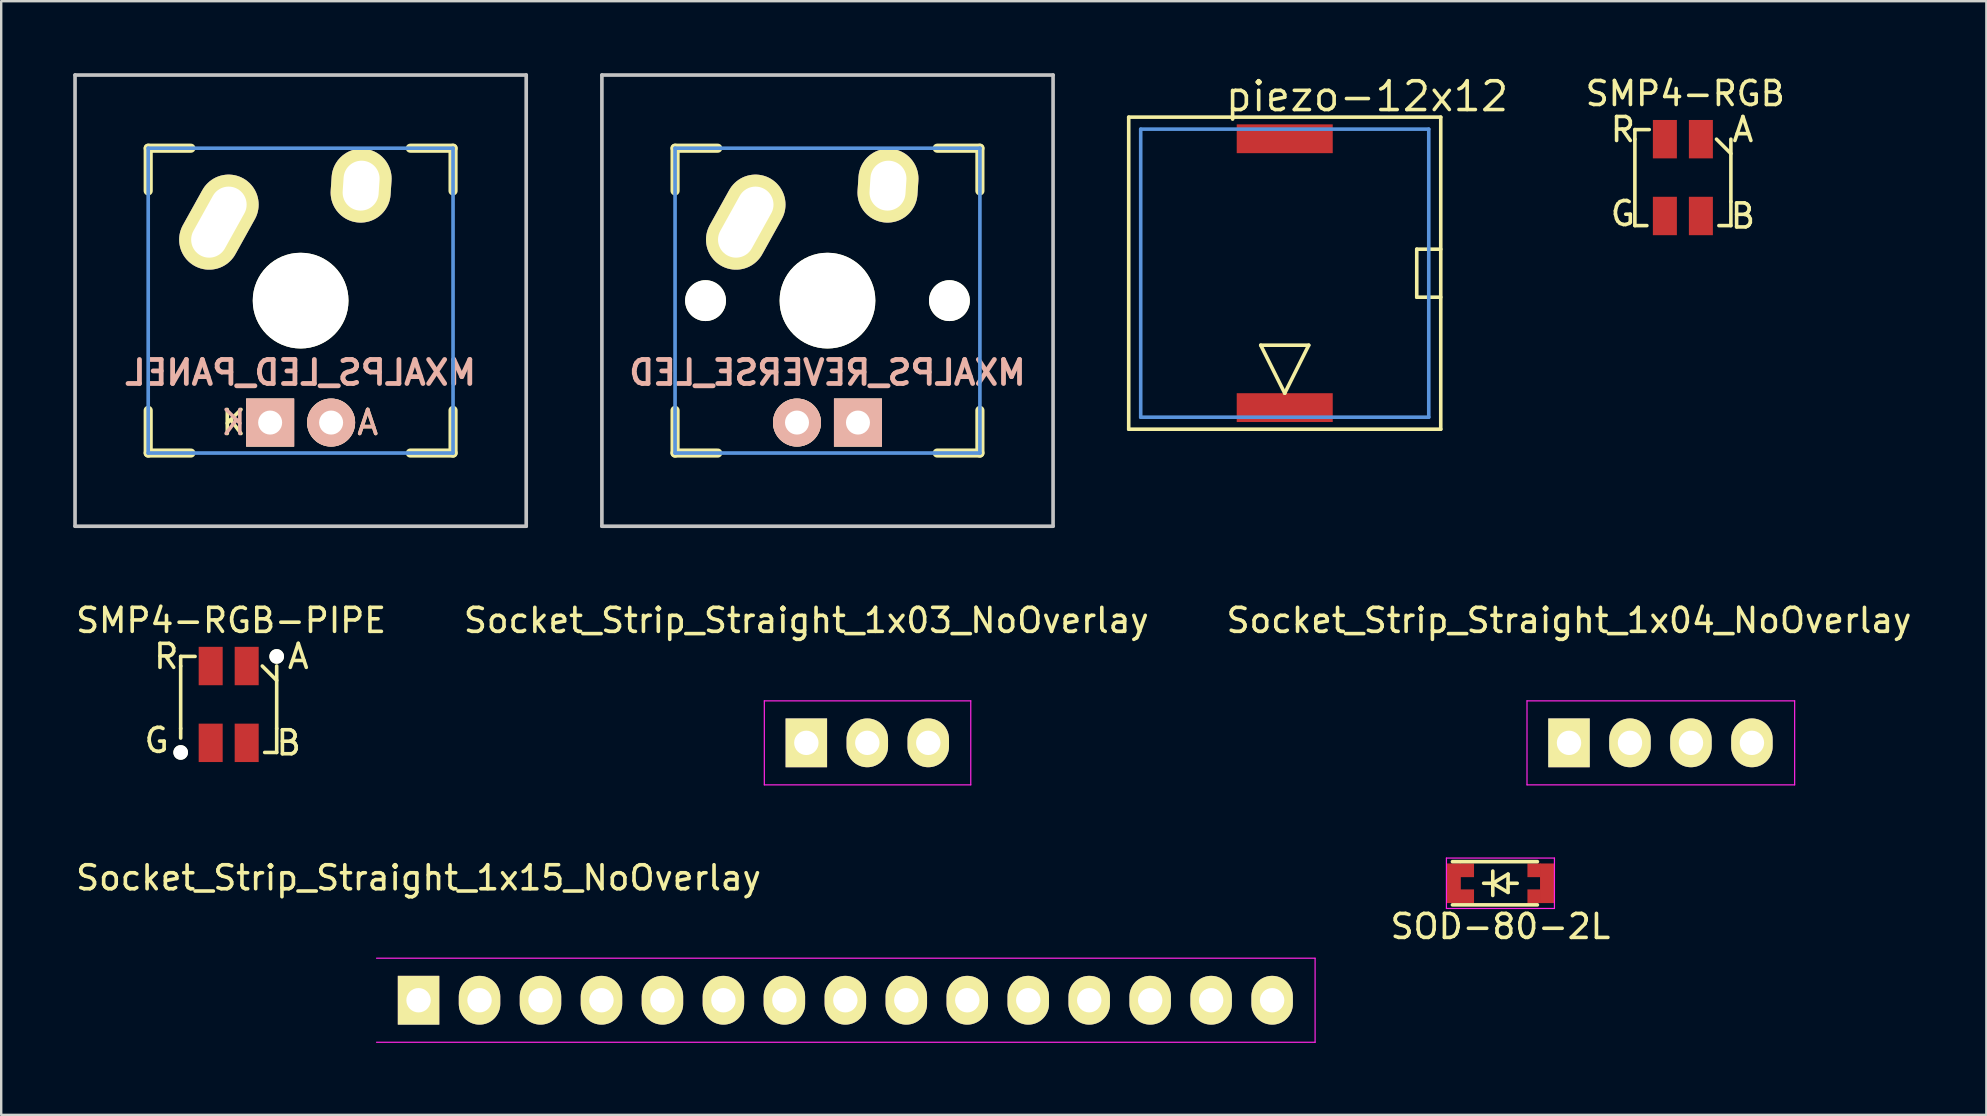
<source format=kicad_pcb>
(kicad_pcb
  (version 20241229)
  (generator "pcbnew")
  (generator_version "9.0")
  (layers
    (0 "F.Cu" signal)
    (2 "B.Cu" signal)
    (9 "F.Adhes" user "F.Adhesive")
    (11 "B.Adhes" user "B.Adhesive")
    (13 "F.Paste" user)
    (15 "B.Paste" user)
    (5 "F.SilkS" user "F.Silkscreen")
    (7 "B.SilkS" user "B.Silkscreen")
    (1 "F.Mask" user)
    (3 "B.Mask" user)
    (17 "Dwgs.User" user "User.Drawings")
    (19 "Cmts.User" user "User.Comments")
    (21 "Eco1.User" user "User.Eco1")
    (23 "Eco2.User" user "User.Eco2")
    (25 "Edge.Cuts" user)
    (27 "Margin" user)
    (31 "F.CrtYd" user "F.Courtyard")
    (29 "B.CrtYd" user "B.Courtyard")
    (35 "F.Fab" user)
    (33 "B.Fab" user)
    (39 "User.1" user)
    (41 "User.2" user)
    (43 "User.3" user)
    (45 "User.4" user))
  (footprint "SOD-80-2L"
    (layer "F.Cu")
    (at 59.458 33.747)
    (property "Reference" "SOD-80-2L" (at 0 1.8 0) (layer "F.SilkS") (effects (font (size 1 1) (thickness 0.15))))
    (attr smd)
    (fp_line (start -2 -0.9) (end 1.54 -0.9) (stroke (width 0.15) (type solid)) (layer "F.SilkS"))
    (fp_line (start -2 0.9) (end 1.54 0.9) (stroke (width 0.15) (type solid)) (layer "F.SilkS"))
    (fp_line (start -0.699 0) (end -0.318 0) (stroke (width 0.15) (type solid)) (layer "F.SilkS"))
    (fp_line (start -0.318 -0.508) (end -0.318 0.508) (stroke (width 0.15) (type solid)) (layer "F.SilkS"))
    (fp_line (start -0.318 0) (end 0.318 -0.381) (stroke (width 0.15) (type solid)) (layer "F.SilkS"))
    (fp_line (start 0.318 -0.381) (end 0.318 0.381) (stroke (width 0.15) (type solid)) (layer "F.SilkS"))
    (fp_line (start 0.318 0) (end 0.699 0) (stroke (width 0.15) (type solid)) (layer "F.SilkS"))
    (fp_line (start 0.318 0.381) (end -0.318 0) (stroke (width 0.15) (type solid)) (layer "F.SilkS"))
    (fp_line (start -2.25 -1.05) (end -2.25 1.05) (stroke (width 0.05) (type solid)) (layer "F.CrtYd"))
    (fp_line (start -2.25 -1.05) (end 2.25 -1.05) (stroke (width 0.05) (type solid)) (layer "F.CrtYd"))
    (fp_line (start 2.25 -1.05) (end 2.25 1.05) (stroke (width 0.05) (type solid)) (layer "F.CrtYd"))
    (fp_line (start 2.25 1.05) (end -2.25 1.05) (stroke (width 0.05) (type solid)) (layer "F.CrtYd"))
    (pad "1" smd rect (at -1.95 0 180) (size 0.6 1.65) (layers "F.Cu" "F.Mask" "F.Paste"))
    (pad "1" smd rect (at -1.4 -0.54 180) (size 0.6 0.57) (layers "F.Cu" "F.Mask" "F.Paste"))
    (pad "1" smd rect (at -1.4 0.54 180) (size 0.6 0.57) (layers "F.Cu" "F.Mask" "F.Paste"))
    (pad "2" smd rect (at 1.4 -0.54 180) (size 0.55 0.57) (layers "F.Cu" "F.Mask" "F.Paste"))
    (pad "2" smd rect (at 1.4 0.54 180) (size 0.55 0.57) (layers "F.Cu" "F.Mask" "F.Paste"))
    (pad "2" smd rect (at 1.95 0 180) (size 0.6 1.65) (layers "F.Cu" "F.Mask" "F.Paste")))
  (footprint "MXALPS_LED_PANEL"
    (layer "F.Cu")
    (at 9.474 9.474)
    (property "Reference" "MXALPS_LED_PANEL" (at 0 3 0) (layer "B.SilkS") (effects (font (size 1 1) (thickness 0.2)) (justify mirror)))
    (attr through_hole)
    (fp_line (start -6.35 -6.35) (end -4.572 -6.35) (stroke (width 0.381) (type solid)) (layer "F.SilkS"))
    (fp_line (start -6.35 -4.572) (end -6.35 -6.35) (stroke (width 0.381) (type solid)) (layer "F.SilkS"))
    (fp_line (start -6.35 6.35) (end -6.35 4.572) (stroke (width 0.381) (type solid)) (layer "F.SilkS"))
    (fp_line (start -4.572 6.35) (end -6.35 6.35) (stroke (width 0.381) (type solid)) (layer "F.SilkS"))
    (fp_line (start 4.572 -6.35) (end 6.35 -6.35) (stroke (width 0.381) (type solid)) (layer "F.SilkS"))
    (fp_line (start 6.35 -6.35) (end 6.35 -4.572) (stroke (width 0.381) (type solid)) (layer "F.SilkS"))
    (fp_line (start 6.35 4.572) (end 6.35 6.35) (stroke (width 0.381) (type solid)) (layer "F.SilkS"))
    (fp_line (start 6.35 6.35) (end 4.572 6.35) (stroke (width 0.381) (type solid)) (layer "F.SilkS"))
    (fp_line (start -9.398 -9.398) (end 9.398 -9.398) (stroke (width 0.152) (type solid)) (layer "Dwgs.User"))
    (fp_line (start -9.398 9.398) (end -9.398 -9.398) (stroke (width 0.152) (type solid)) (layer "Dwgs.User"))
    (fp_line (start 9.398 -9.398) (end 9.398 9.398) (stroke (width 0.152) (type solid)) (layer "Dwgs.User"))
    (fp_line (start 9.398 9.398) (end -9.398 9.398) (stroke (width 0.152) (type solid)) (layer "Dwgs.User"))
    (fp_line (start -6.35 -6.35) (end 6.35 -6.35) (stroke (width 0.152) (type solid)) (layer "Cmts.User"))
    (fp_line (start -6.35 6.35) (end -6.35 -6.35) (stroke (width 0.152) (type solid)) (layer "Cmts.User"))
    (fp_line (start 6.35 -6.35) (end 6.35 6.35) (stroke (width 0.152) (type solid)) (layer "Cmts.User"))
    (fp_line (start 6.35 6.35) (end -6.35 6.35) (stroke (width 0.152) (type solid)) (layer "Cmts.User"))
    (fp_line (start -7.75 -6.4) (end -6.985 -6.4) (stroke (width 0.152) (type solid)) (layer "Eco2.User"))
    (fp_line (start -7.75 6.4) (end -7.75 -6.4) (stroke (width 0.152) (type solid)) (layer "Eco2.User"))
    (fp_line (start -7.75 6.4) (end -6.985 6.4) (stroke (width 0.152) (type solid)) (layer "Eco2.User"))
    (fp_line (start -6.985 -6.985) (end 6.985 -6.985) (stroke (width 0.152) (type solid)) (layer "Eco2.User"))
    (fp_line (start -6.985 -6.4) (end -6.985 -6.985) (stroke (width 0.152) (type solid)) (layer "Eco2.User"))
    (fp_line (start -6.985 6.4) (end -6.985 6.985) (stroke (width 0.152) (type solid)) (layer "Eco2.User"))
    (fp_line (start 6.985 -6.4) (end 6.985 -6.985) (stroke (width 0.152) (type solid)) (layer "Eco2.User"))
    (fp_line (start 6.985 6.4) (end 7.75 6.4) (stroke (width 0.152) (type solid)) (layer "Eco2.User"))
    (fp_line (start 6.985 6.985) (end -6.985 6.985) (stroke (width 0.152) (type solid)) (layer "Eco2.User"))
    (fp_line (start 6.985 6.985) (end 6.985 6.4) (stroke (width 0.152) (type solid)) (layer "Eco2.User"))
    (fp_line (start 7.75 -6.4) (end 6.985 -6.4) (stroke (width 0.152) (type solid)) (layer "Eco2.User"))
    (fp_line (start 7.75 6.4) (end 7.75 -6.4) (stroke (width 0.152) (type solid)) (layer "Eco2.User"))
    (fp_text user "A" (at 2.794 5.08 0) (layer "F.SilkS") (effects (font (size 1 1) (thickness 0.15))))
    (fp_text user "K" (at -2.794 5.08 0) (layer "F.SilkS") (effects (font (size 1 1) (thickness 0.15))))
    (fp_text user "K" (at -2.794 5.08 0) (layer "B.SilkS") (effects (font (size 1 1) (thickness 0.15)) (justify mirror)))
    (fp_text user "A" (at 2.794 5.08 0) (layer "B.SilkS") (effects (font (size 1 1) (thickness 0.15)) (justify mirror)))
    (pad "" np_thru_hole circle (at 0 0) (size 3.988 3.988) (drill 3.988) (layers "*.Cu" "*.Mask" "F.SilkS"))
    (pad "A" thru_hole circle (at 1.27 5.08) (size 2 2) (drill 1) (layers "*.Cu" "*.SilkS" "*.Mask"))
    (pad "K" thru_hole rect (at -1.27 5.08) (size 2 2) (drill 1) (layers "*.Cu" "*.SilkS" "*.Mask"))
    (pad "SW1" thru_hole oval (at -3.405 -3.27 330.95) (size 2.5 4.17) (drill oval 1.5 3.17) (layers "*.Cu" "*.Mask" "F.SilkS"))
    (pad "SW2" thru_hole oval (at 2.52 -4.79 356.1) (size 2.5 3.08) (drill oval 1.5 2.08) (layers "*.Cu" "*.Mask" "F.SilkS")))
  (footprint "Socket_Strip_Straight_1x04_NoOverlay"
    (layer "F.Cu")
    (at 62.315 27.897)
    (property "Reference" "Socket_Strip_Straight_1x04_NoOverlay" (at 0 -5.1 0) (layer "F.SilkS") (effects (font (size 1 1) (thickness 0.15))))
    (attr through_hole)
    (fp_line (start -1.75 -1.75) (end -1.75 1.75) (stroke (width 0.05) (type solid)) (layer "F.CrtYd"))
    (fp_line (start -1.75 -1.75) (end 9.4 -1.75) (stroke (width 0.05) (type solid)) (layer "F.CrtYd"))
    (fp_line (start -1.75 1.75) (end 9.4 1.75) (stroke (width 0.05) (type solid)) (layer "F.CrtYd"))
    (fp_line (start 9.4 -1.75) (end 9.4 1.75) (stroke (width 0.05) (type solid)) (layer "F.CrtYd"))
    (pad "1" thru_hole rect (at 0 0) (size 1.727 2.032) (drill 1.016) (layers "*.Cu" "*.Mask" "F.SilkS"))
    (pad "2" thru_hole oval (at 2.54 0) (size 1.727 2.032) (drill 1.016) (layers "*.Cu" "*.Mask" "F.SilkS"))
    (pad "3" thru_hole oval (at 5.08 0) (size 1.727 2.032) (drill 1.016) (layers "*.Cu" "*.Mask" "F.SilkS"))
    (pad "4" thru_hole oval (at 7.62 0) (size 1.727 2.032) (drill 1.016) (layers "*.Cu" "*.Mask" "F.SilkS")))
  (footprint "SMP4-RGB"
    (layer "F.Cu")
    (at 67.059 4.348)
    (property "Reference" "SMP4-RGB" (at 0.1 -3.5 0) (layer "F.SilkS") (effects (font (size 1 1) (thickness 0.15))))
    (attr smd)
    (fp_line (start -2 -2) (end -2 -1.6) (stroke (width 0.15) (type solid)) (layer "F.SilkS"))
    (fp_line (start -2 -2) (end -1.4 -2) (stroke (width 0.15) (type solid)) (layer "F.SilkS"))
    (fp_line (start -2 -1.6) (end -2 2) (stroke (width 0.15) (type solid)) (layer "F.SilkS"))
    (fp_line (start -2 2) (end -1.5 2) (stroke (width 0.15) (type solid)) (layer "F.SilkS"))
    (fp_line (start 1.4 -1.6) (end 2 -1) (stroke (width 0.15) (type solid)) (layer "F.SilkS"))
    (fp_line (start 2 1) (end 2 -1.6) (stroke (width 0.15) (type solid)) (layer "F.SilkS"))
    (fp_line (start 2 1) (end 2 2) (stroke (width 0.15) (type solid)) (layer "F.SilkS"))
    (fp_line (start 2 2) (end 1.5 2) (stroke (width 0.15) (type solid)) (layer "F.SilkS"))
    (fp_text user "G" (at -2.5 1.5 0) (layer "F.SilkS") (effects (font (size 1 1) (thickness 0.15))))
    (fp_text user "B" (at 2.5 1.6 0) (layer "F.SilkS") (effects (font (size 1 1) (thickness 0.15))))
    (fp_text user "R" (at -2.5 -2 0) (layer "F.SilkS") (effects (font (size 1 1) (thickness 0.15))))
    (fp_text user "A" (at 2.5 -2 0) (layer "F.SilkS") (effects (font (size 1 1) (thickness 0.15))))
    (pad "1" smd rect (at 0.75 -1.6 90) (size 1.6 1) (layers "F.Cu" "F.Mask" "F.Paste"))
    (pad "2" smd rect (at -0.75 -1.6 90) (size 1.6 1) (layers "F.Cu" "F.Mask" "F.Paste"))
    (pad "3" smd rect (at -0.75 1.6 90) (size 1.6 1) (layers "F.Cu" "F.Mask" "F.Paste"))
    (pad "4" smd rect (at 0.75 1.6 90) (size 1.6 1) (layers "F.Cu" "F.Mask" "F.Paste")))
  (footprint "Socket_Strip_Straight_1x15_NoOverlay"
    (layer "F.Cu")
    (at 14.387 38.62)
    (property "Reference" "Socket_Strip_Straight_1x15_NoOverlay" (at 0 -5.1 0) (layer "F.SilkS") (effects (font (size 1 1) (thickness 0.15))))
    (attr through_hole)
    (fp_line (start -1.75 -1.75) (end 37.35 -1.75) (stroke (width 0.05) (type solid)) (layer "F.CrtYd"))
    (fp_line (start -1.75 1.75) (end 37.35 1.75) (stroke (width 0.05) (type solid)) (layer "F.CrtYd"))
    (fp_line (start 37.35 -1.75) (end 37.35 1.75) (stroke (width 0.05) (type solid)) (layer "F.CrtYd"))
    (pad "1" thru_hole rect (at 0 0) (size 1.727 2.032) (drill 1.016) (layers "*.Cu" "*.Mask" "F.SilkS"))
    (pad "2" thru_hole oval (at 2.54 0) (size 1.727 2.032) (drill 1.016) (layers "*.Cu" "*.Mask" "F.SilkS"))
    (pad "3" thru_hole oval (at 5.08 0) (size 1.727 2.032) (drill 1.016) (layers "*.Cu" "*.Mask" "F.SilkS"))
    (pad "4" thru_hole oval (at 7.62 0) (size 1.727 2.032) (drill 1.016) (layers "*.Cu" "*.Mask" "F.SilkS"))
    (pad "5" thru_hole oval (at 10.16 0) (size 1.727 2.032) (drill 1.016) (layers "*.Cu" "*.Mask" "F.SilkS"))
    (pad "6" thru_hole oval (at 12.7 0) (size 1.727 2.032) (drill 1.016) (layers "*.Cu" "*.Mask" "F.SilkS"))
    (pad "7" thru_hole oval (at 15.24 0) (size 1.727 2.032) (drill 1.016) (layers "*.Cu" "*.Mask" "F.SilkS"))
    (pad "8" thru_hole oval (at 17.78 0) (size 1.727 2.032) (drill 1.016) (layers "*.Cu" "*.Mask" "F.SilkS"))
    (pad "9" thru_hole oval (at 20.32 0) (size 1.727 2.032) (drill 1.016) (layers "*.Cu" "*.Mask" "F.SilkS"))
    (pad "10" thru_hole oval (at 22.86 0) (size 1.727 2.032) (drill 1.016) (layers "*.Cu" "*.Mask" "F.SilkS"))
    (pad "11" thru_hole oval (at 25.4 0) (size 1.727 2.032) (drill 1.016) (layers "*.Cu" "*.Mask" "F.SilkS"))
    (pad "12" thru_hole oval (at 27.94 0) (size 1.727 2.032) (drill 1.016) (layers "*.Cu" "*.Mask" "F.SilkS"))
    (pad "13" thru_hole oval (at 30.48 0) (size 1.727 2.032) (drill 1.016) (layers "*.Cu" "*.Mask" "F.SilkS"))
    (pad "14" thru_hole oval (at 33.02 0) (size 1.727 2.032) (drill 1.016) (layers "*.Cu" "*.Mask" "F.SilkS"))
    (pad "15" thru_hole oval (at 35.56 0) (size 1.727 2.032) (drill 1.016) (layers "*.Cu" "*.Mask" "F.SilkS")))
  (footprint "Socket_Strip_Straight_1x03_NoOverlay"
    (layer "F.Cu")
    (at 30.542 27.897)
    (property "Reference" "Socket_Strip_Straight_1x03_NoOverlay" (at 0 -5.1 0) (layer "F.SilkS") (effects (font (size 1 1) (thickness 0.15))))
    (attr through_hole)
    (fp_line (start -1.75 -1.75) (end -1.75 1.75) (stroke (width 0.05) (type solid)) (layer "F.CrtYd"))
    (fp_line (start -1.75 -1.75) (end 6.85 -1.75) (stroke (width 0.05) (type solid)) (layer "F.CrtYd"))
    (fp_line (start -1.75 1.75) (end 6.85 1.75) (stroke (width 0.05) (type solid)) (layer "F.CrtYd"))
    (fp_line (start 6.85 -1.75) (end 6.85 1.75) (stroke (width 0.05) (type solid)) (layer "F.CrtYd"))
    (pad "1" thru_hole rect (at 0 0) (size 1.727 2.032) (drill 1.016) (layers "*.Cu" "*.Mask" "F.SilkS"))
    (pad "2" thru_hole oval (at 2.54 0) (size 1.727 2.032) (drill 1.016) (layers "*.Cu" "*.Mask" "F.SilkS"))
    (pad "3" thru_hole oval (at 5.08 0) (size 1.727 2.032) (drill 1.016) (layers "*.Cu" "*.Mask" "F.SilkS")))
  (footprint "MXALPS_REVERSE_LED"
    (layer "F.Cu")
    (at 31.423 9.474)
    (property "Reference" "MXALPS_REVERSE_LED" (at 0 3 0) (layer "B.SilkS") (effects (font (size 1 1) (thickness 0.2)) (justify mirror)))
    (attr through_hole)
    (fp_line (start -6.35 -6.35) (end -4.572 -6.35) (stroke (width 0.381) (type solid)) (layer "F.SilkS"))
    (fp_line (start -6.35 -4.572) (end -6.35 -6.35) (stroke (width 0.381) (type solid)) (layer "F.SilkS"))
    (fp_line (start -6.35 6.35) (end -6.35 4.572) (stroke (width 0.381) (type solid)) (layer "F.SilkS"))
    (fp_line (start -4.572 6.35) (end -6.35 6.35) (stroke (width 0.381) (type solid)) (layer "F.SilkS"))
    (fp_line (start 4.572 -6.35) (end 6.35 -6.35) (stroke (width 0.381) (type solid)) (layer "F.SilkS"))
    (fp_line (start 6.35 -6.35) (end 6.35 -4.572) (stroke (width 0.381) (type solid)) (layer "F.SilkS"))
    (fp_line (start 6.35 4.572) (end 6.35 6.35) (stroke (width 0.381) (type solid)) (layer "F.SilkS"))
    (fp_line (start 6.35 6.35) (end 4.572 6.35) (stroke (width 0.381) (type solid)) (layer "F.SilkS"))
    (fp_line (start -9.398 -9.398) (end 9.398 -9.398) (stroke (width 0.152) (type solid)) (layer "Dwgs.User"))
    (fp_line (start -9.398 9.398) (end -9.398 -9.398) (stroke (width 0.152) (type solid)) (layer "Dwgs.User"))
    (fp_line (start 9.398 -9.398) (end 9.398 9.398) (stroke (width 0.152) (type solid)) (layer "Dwgs.User"))
    (fp_line (start 9.398 9.398) (end -9.398 9.398) (stroke (width 0.152) (type solid)) (layer "Dwgs.User"))
    (fp_line (start -6.35 -6.35) (end 6.35 -6.35) (stroke (width 0.152) (type solid)) (layer "Cmts.User"))
    (fp_line (start -6.35 6.35) (end -6.35 -6.35) (stroke (width 0.152) (type solid)) (layer "Cmts.User"))
    (fp_line (start 6.35 -6.35) (end 6.35 6.35) (stroke (width 0.152) (type solid)) (layer "Cmts.User"))
    (fp_line (start 6.35 6.35) (end -6.35 6.35) (stroke (width 0.152) (type solid)) (layer "Cmts.User"))
    (fp_line (start -7.75 -6.4) (end -6.985 -6.4) (stroke (width 0.152) (type solid)) (layer "Eco2.User"))
    (fp_line (start -7.75 6.4) (end -7.75 -6.4) (stroke (width 0.152) (type solid)) (layer "Eco2.User"))
    (fp_line (start -7.75 6.4) (end -6.985 6.4) (stroke (width 0.152) (type solid)) (layer "Eco2.User"))
    (fp_line (start -6.985 -6.985) (end 6.985 -6.985) (stroke (width 0.152) (type solid)) (layer "Eco2.User"))
    (fp_line (start -6.985 -6.4) (end -6.985 -6.985) (stroke (width 0.152) (type solid)) (layer "Eco2.User"))
    (fp_line (start -6.985 6.4) (end -6.985 6.985) (stroke (width 0.152) (type solid)) (layer "Eco2.User"))
    (fp_line (start 6.985 -6.4) (end 6.985 -6.985) (stroke (width 0.152) (type solid)) (layer "Eco2.User"))
    (fp_line (start 6.985 6.4) (end 7.75 6.4) (stroke (width 0.152) (type solid)) (layer "Eco2.User"))
    (fp_line (start 6.985 6.985) (end -6.985 6.985) (stroke (width 0.152) (type solid)) (layer "Eco2.User"))
    (fp_line (start 6.985 6.985) (end 6.985 6.4) (stroke (width 0.152) (type solid)) (layer "Eco2.User"))
    (fp_line (start 7.75 -6.4) (end 6.985 -6.4) (stroke (width 0.152) (type solid)) (layer "Eco2.User"))
    (fp_line (start 7.75 6.4) (end 7.75 -6.4) (stroke (width 0.152) (type solid)) (layer "Eco2.User"))
    (pad "" np_thru_hole circle (at -5.08 0) (size 1.702 1.702) (drill 1.702) (layers "*.Cu" "*.Mask" "F.SilkS"))
    (pad "" np_thru_hole circle (at 0 0) (size 3.988 3.988) (drill 3.988) (layers "*.Cu" "*.Mask" "F.SilkS"))
    (pad "" np_thru_hole circle (at 5.08 0) (size 1.702 1.702) (drill 1.702) (layers "*.Cu" "*.Mask" "F.SilkS"))
    (pad "A" thru_hole circle (at -1.27 5.08) (size 2 2) (drill 1) (layers "*.Cu" "*.SilkS" "*.Mask"))
    (pad "K" thru_hole rect (at 1.27 5.08) (size 2 2) (drill 1) (layers "*.Cu" "*.SilkS" "*.Mask"))
    (pad "SW1" thru_hole oval (at -3.405 -3.27 330.95) (size 2.5 4.17) (drill oval 1.5 3.17) (layers "*.Cu" "*.Mask" "F.SilkS"))
    (pad "SW2" thru_hole oval (at 2.52 -4.79 356.1) (size 2.5 3.08) (drill oval 1.5 2.08) (layers "*.Cu" "*.Mask" "F.SilkS")))
  (footprint "SMP4-RGB-PIPE"
    (layer "F.Cu")
    (at 6.477 26.297)
    (property "Reference" "SMP4-RGB-PIPE" (at 0.1 -3.5 0) (layer "F.SilkS") (effects (font (size 1 1) (thickness 0.15))))
    (attr smd)
    (fp_line (start -2 -2) (end -2 -1.6) (stroke (width 0.15) (type solid)) (layer "F.SilkS"))
    (fp_line (start -2 -2) (end -1.4 -2) (stroke (width 0.15) (type solid)) (layer "F.SilkS"))
    (fp_line (start -2 -1.6) (end -2 1) (stroke (width 0.15) (type solid)) (layer "F.SilkS"))
    (fp_line (start -2 1) (end -2 1.4) (stroke (width 0.15) (type solid)) (layer "F.SilkS"))
    (fp_line (start 1.4 -1.6) (end 2 -1) (stroke (width 0.15) (type solid)) (layer "F.SilkS"))
    (fp_line (start 2 1) (end 2 -1.6) (stroke (width 0.15) (type solid)) (layer "F.SilkS"))
    (fp_line (start 2 1) (end 2 2) (stroke (width 0.15) (type solid)) (layer "F.SilkS"))
    (fp_line (start 2 2) (end 1.5 2) (stroke (width 0.15) (type solid)) (layer "F.SilkS"))
    (fp_text user "R" (at -2.6 -2 0) (layer "F.SilkS") (effects (font (size 1 1) (thickness 0.15))))
    (fp_text user "B" (at 2.5 1.6 0) (layer "F.SilkS") (effects (font (size 1 1) (thickness 0.15))))
    (fp_text user "G" (at -3 1.5 0) (layer "F.SilkS") (effects (font (size 1 1) (thickness 0.15))))
    (fp_text user "A" (at 2.9 -2 0) (layer "F.SilkS") (effects (font (size 1 1) (thickness 0.15))))
    (pad "" np_thru_hole circle (at -2 2 90) (size 0.61 0.61) (drill 0.61) (layers "*.Cu" "*.Mask" "F.SilkS"))
    (pad "" np_thru_hole circle (at 2 -2 90) (size 0.61 0.61) (drill 0.61) (layers "*.Cu" "*.Mask" "F.SilkS"))
    (pad "1" smd rect (at 0.75 -1.6 90) (size 1.6 1) (layers "F.Cu" "F.Mask" "F.Paste"))
    (pad "2" smd rect (at -0.75 -1.6 90) (size 1.6 1) (layers "F.Cu" "F.Mask" "F.Paste"))
    (pad "3" smd rect (at -0.75 1.6 90) (size 1.6 1) (layers "F.Cu" "F.Mask" "F.Paste"))
    (pad "4" smd rect (at 0.75 1.6 90) (size 1.6 1) (layers "F.Cu" "F.Mask" "F.Paste")))
  (footprint "piezo-12x12"
    (layer "F.Cu")
    (at 50.472 8.331)
    (property "Reference" "piezo-12x12" (at 3.429 -7.366 0) (layer "F.SilkS") (effects (font (size 1.2 1.2) (thickness 0.15))))
    (attr through_hole)
    (fp_line (start -6.5 -6.5) (end -6.5 6.5) (stroke (width 0.15) (type solid)) (layer "F.SilkS"))
    (fp_line (start -6.5 6.5) (end 6.5 6.5) (stroke (width 0.15) (type solid)) (layer "F.SilkS"))
    (fp_line (start -1 3) (end 1 3) (stroke (width 0.15) (type solid)) (layer "F.SilkS"))
    (fp_line (start 0 5) (end -1 3) (stroke (width 0.15) (type solid)) (layer "F.SilkS"))
    (fp_line (start 1 3) (end 0 5) (stroke (width 0.15) (type solid)) (layer "F.SilkS"))
    (fp_line (start 5.5 -1) (end 5.5 1) (stroke (width 0.15) (type solid)) (layer "F.SilkS"))
    (fp_line (start 5.5 -1) (end 6.5 -1) (stroke (width 0.15) (type solid)) (layer "F.SilkS"))
    (fp_line (start 5.5 1) (end 6.5 1) (stroke (width 0.15) (type solid)) (layer "F.SilkS"))
    (fp_line (start 6.5 -6.5) (end -6.5 -6.5) (stroke (width 0.15) (type solid)) (layer "F.SilkS"))
    (fp_line (start 6.5 6.5) (end 6.5 -6.5) (stroke (width 0.15) (type solid)) (layer "F.SilkS"))
    (fp_line (start -6 -6) (end 6 -6) (stroke (width 0.15) (type solid)) (layer "Cmts.User"))
    (fp_line (start -6 6) (end -6 -6) (stroke (width 0.15) (type solid)) (layer "Cmts.User"))
    (fp_line (start 6 -6) (end 6 6) (stroke (width 0.15) (type solid)) (layer "Cmts.User"))
    (fp_line (start 6 6) (end -6 6) (stroke (width 0.15) (type solid)) (layer "Cmts.User"))
    (pad "1" smd rect (at 0 5.6) (size 4 1.2) (layers "F.Cu" "F.Mask" "F.Paste"))
    (pad "2" smd rect (at 0 -5.6) (size 4 1.2) (layers "F.Cu" "F.Mask" "F.Paste")))
  (gr_rect
    (start -3 -3)
    (end 79.702 43.395)
    (stroke (width 0.1) (type default))
    (fill no)
    (layer "Edge.Cuts")))
</source>
